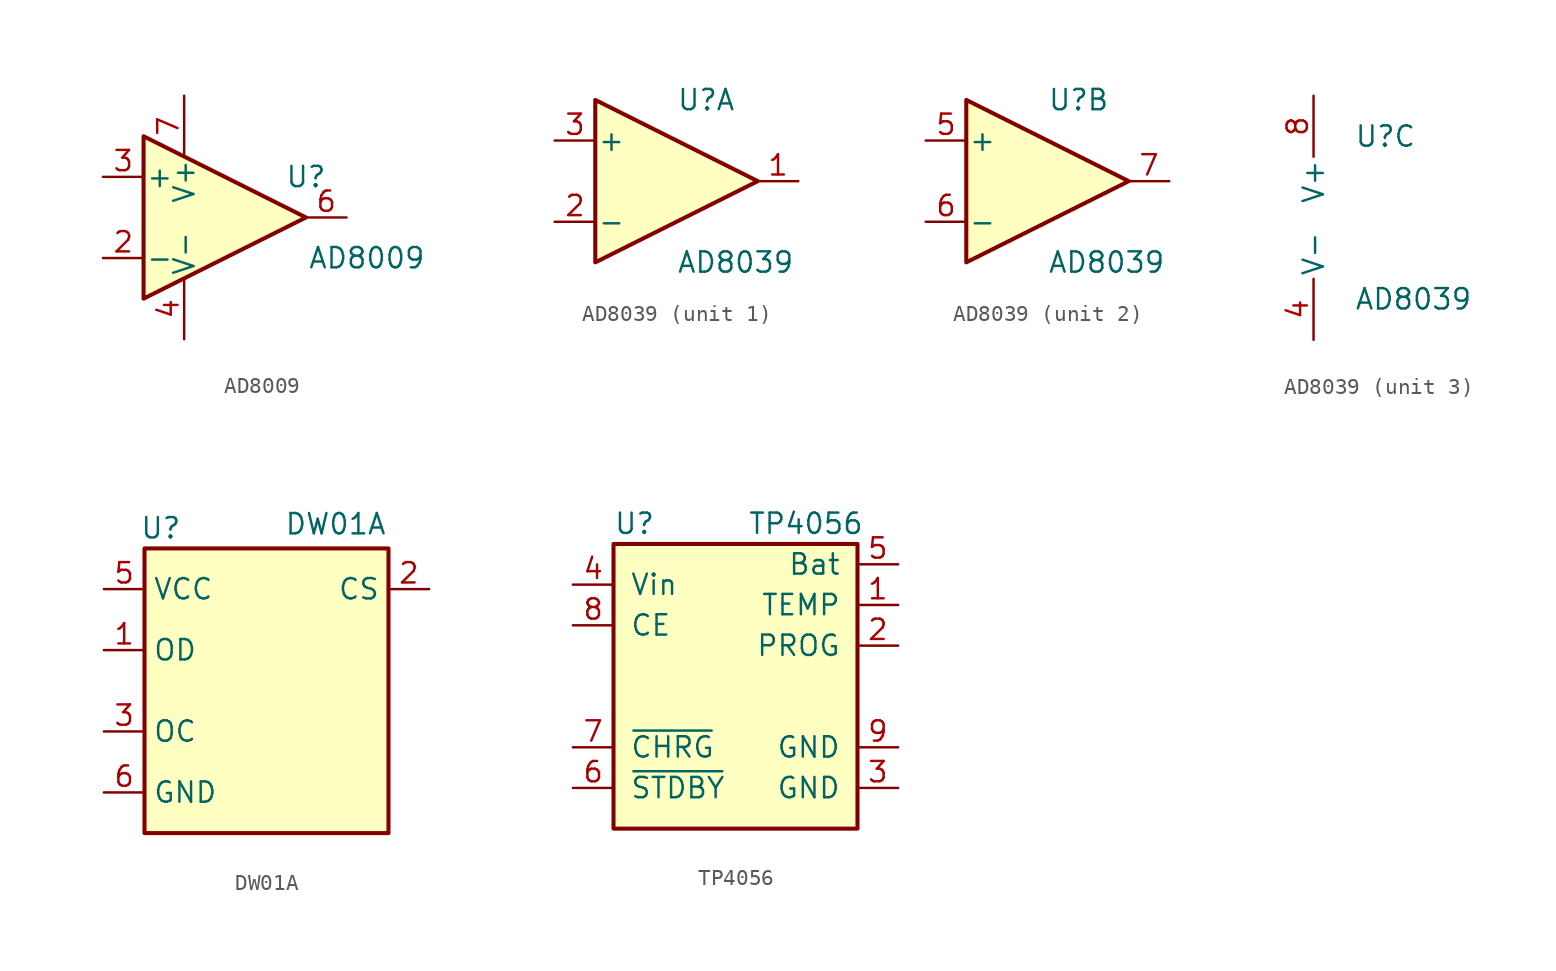
<source format=kicad_sym>
(kicad_symbol_lib
  (version 20241209)
  (generator "kicad_symbol_editor")
  (generator_version "9.0")
  (symbol "AD8009"
    (pin_names
      (offset 0.127))
    (property "Reference" "U"
      (at 7.62 2.54 0)
      (effects (font (size 1.27 1.27))))
    (property "Value" "AD8009"
      (at 11.43 -2.54 0)
      (effects (font (size 1.27 1.27))))
    (symbol "AD8009_0_1"
      (polyline (pts (xy -2.54 5.08) (xy -2.54 -5.08) (xy 7.62 0) (xy -2.54 5.08)) (stroke (width 0.254) (type default)) (fill (type background))))
    (symbol "AD8009_1_1"
      (pin input line (at -5.08 2.54 0) (length 2.54) (name "+" (effects (font (size 1.27 1.27)))) (number "3" (effects (font (size 1.27 1.27)))))
      (pin input line (at -5.08 -2.54 0) (length 2.54) (name "-" (effects (font (size 1.27 1.27)))) (number "2" (effects (font (size 1.27 1.27)))))
      (pin power_in line (at 0 7.62 270) (length 3.81) (name "V+" (effects (font (size 1.27 1.27)))) (number "7" (effects (font (size 1.27 1.27)))))
      (pin power_in line (at 0 -7.62 90) (length 3.81) (name "V-" (effects (font (size 1.27 1.27)))) (number "4" (effects (font (size 1.27 1.27)))))
      (pin output line (at 10.16 0 180) (length 2.54) (name "~" (effects (font (size 1.27 1.27)))) (number "6" (effects (font (size 1.27 1.27)))))))
  (symbol "AD8039"
    (pin_names
      (offset 0.127))
    (property "Reference" "U"
      (at 0 5.08 0)
      (effects (font (size 1.27 1.27)) (justify left)))
    (property "Value" "AD8039"
      (at 0 -5.08 0)
      (effects (font (size 1.27 1.27)) (justify left)))
    (property "ki_locked" ""
      (at 0 0 0)
      (effects (font (size 1.27 1.27))))
    (symbol "AD8039_1_1"
      (polyline (pts (xy -5.08 5.08) (xy 5.08 0) (xy -5.08 -5.08) (xy -5.08 5.08)) (stroke (width 0.254) (type default)) (fill (type background)))
      (pin input line (at -7.62 2.54 0) (length 2.54) (name "+" (effects (font (size 1.27 1.27)))) (number "3" (effects (font (size 1.27 1.27)))))
      (pin input line (at -7.62 -2.54 0) (length 2.54) (name "-" (effects (font (size 1.27 1.27)))) (number "2" (effects (font (size 1.27 1.27)))))
      (pin output line (at 7.62 0 180) (length 2.54) (name "~" (effects (font (size 1.27 1.27)))) (number "1" (effects (font (size 1.27 1.27))))))
    (symbol "AD8039_2_1"
      (polyline (pts (xy -5.08 5.08) (xy 5.08 0) (xy -5.08 -5.08) (xy -5.08 5.08)) (stroke (width 0.254) (type default)) (fill (type background)))
      (pin input line (at -7.62 2.54 0) (length 2.54) (name "+" (effects (font (size 1.27 1.27)))) (number "5" (effects (font (size 1.27 1.27)))))
      (pin input line (at -7.62 -2.54 0) (length 2.54) (name "-" (effects (font (size 1.27 1.27)))) (number "6" (effects (font (size 1.27 1.27)))))
      (pin output line (at 7.62 0 180) (length 2.54) (name "~" (effects (font (size 1.27 1.27)))) (number "7" (effects (font (size 1.27 1.27))))))
    (symbol "AD8039_3_1"
      (pin power_in line (at -2.54 7.62 270) (length 3.81) (name "V+" (effects (font (size 1.27 1.27)))) (number "8" (effects (font (size 1.27 1.27)))))
      (pin power_in line (at -2.54 -7.62 90) (length 3.81) (name "V-" (effects (font (size 1.27 1.27)))) (number "4" (effects (font (size 1.27 1.27)))))))
  (symbol "DW01A"
    (property "Reference" "U"
      (at -6.604 6.35 0)
      (effects (font (size 1.27 1.27))))
    (property "Value" "DW01A"
      (at 4.318 6.604 0)
      (effects (font (size 1.27 1.27))))
    (symbol "DW01A_0_1"
      (pin power_in line (at -10.16 2.54 0) (length 2.54) (name "VCC" (effects (font (size 1.27 1.27)))) (number "5" (effects (font (size 1.27 1.27)))))
      (pin output line (at -10.16 -1.27 0) (length 2.54) (name "OD" (effects (font (size 1.27 1.27)))) (number "1" (effects (font (size 1.27 1.27)))))
      (pin output line (at -10.16 -6.35 0) (length 2.54) (name "OC" (effects (font (size 1.27 1.27)))) (number "3" (effects (font (size 1.27 1.27)))))
      (pin power_in line (at -10.16 -10.16 0) (length 2.54) (name "GND" (effects (font (size 1.27 1.27)))) (number "6" (effects (font (size 1.27 1.27)))))
      (pin input line (at 10.16 2.54 180) (length 2.54) (name "CS" (effects (font (size 1.27 1.27)))) (number "2" (effects (font (size 1.27 1.27))))))
    (symbol "DW01A_1_1"
      (rectangle (start -7.62 5.08) (end 7.62 -12.7) (stroke (width 0.254) (type default)) (fill (type background)))
      (pin no_connect line (at 10.16 2.54 180) (length 2.54) (hide yes) (name "TD" (effects (font (size 1.27 1.27)))) (number "4" (effects (font (size 1.27 1.27)))))))
  (symbol "TP4056"
    (pin_names
      (offset 1.016))
    (property "Reference" "U"
      (at -7.62 8.89 0)
      (effects (font (size 1.27 1.27)) (justify left)))
    (property "Value" "TP4056"
      (at 0.762 8.89 0)
      (effects (font (size 1.27 1.27)) (justify left)))
    (symbol "TP4056_0_1"
      (rectangle (start -7.62 7.62) (end 7.62 -10.16) (stroke (width 0.254) (type default)) (fill (type background))))
    (symbol "TP4056_1_1"
      (pin power_in line (at -10.16 5.08 0) (length 2.54) (name "Vin" (effects (font (size 1.27 1.27)))) (number "4" (effects (font (size 1.27 1.27)))))
      (pin output line (at -10.16 2.54 0) (length 2.54) (name "CE" (effects (font (size 1.27 1.27)))) (number "8" (effects (font (size 1.27 1.27)))))
      (pin open_collector line (at -10.16 -5.08 0) (length 2.54) (name "~{CHRG}" (effects (font (size 1.27 1.27)))) (number "7" (effects (font (size 1.27 1.27)))))
      (pin open_collector line (at -10.16 -7.62 0) (length 2.54) (name "~{STDBY}" (effects (font (size 1.27 1.27)))) (number "6" (effects (font (size 1.27 1.27)))))
      (pin output line (at 10.16 6.35 180) (length 2.54) (name "Bat" (effects (font (size 1.27 1.27)))) (number "5" (effects (font (size 1.27 1.27)))))
      (pin input line (at 10.16 3.81 180) (length 2.54) (name "TEMP" (effects (font (size 1.27 1.27)))) (number "1" (effects (font (size 1.27 1.27)))))
      (pin input line (at 10.16 1.27 180) (length 2.54) (name "PROG" (effects (font (size 1.27 1.27)))) (number "2" (effects (font (size 1.27 1.27)))))
      (pin input line (at 10.16 -5.08 180) (length 2.54) (name "GND" (effects (font (size 1.27 1.27)))) (number "9" (effects (font (size 1.27 1.27)))))
      (pin power_in line (at 10.16 -7.62 180) (length 2.54) (name "GND" (effects (font (size 1.27 1.27)))) (number "3" (effects (font (size 1.27 1.27))))))))
</source>
